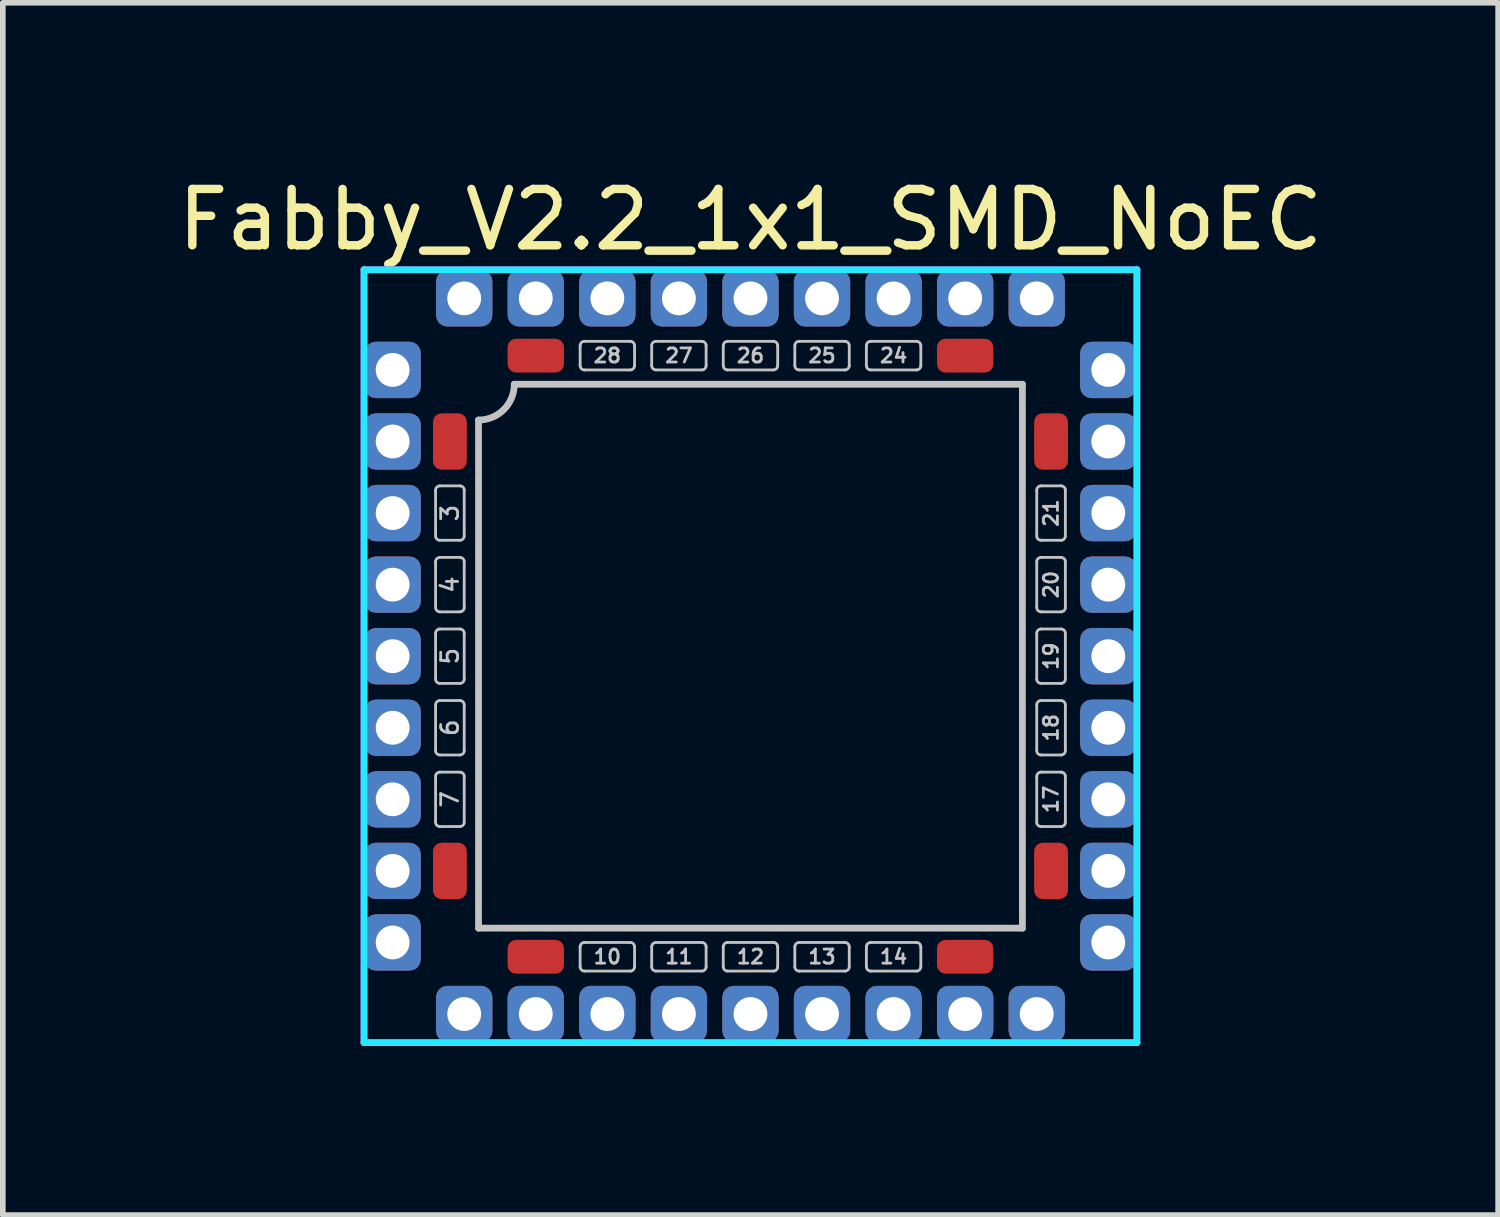
<source format=kicad_pcb>
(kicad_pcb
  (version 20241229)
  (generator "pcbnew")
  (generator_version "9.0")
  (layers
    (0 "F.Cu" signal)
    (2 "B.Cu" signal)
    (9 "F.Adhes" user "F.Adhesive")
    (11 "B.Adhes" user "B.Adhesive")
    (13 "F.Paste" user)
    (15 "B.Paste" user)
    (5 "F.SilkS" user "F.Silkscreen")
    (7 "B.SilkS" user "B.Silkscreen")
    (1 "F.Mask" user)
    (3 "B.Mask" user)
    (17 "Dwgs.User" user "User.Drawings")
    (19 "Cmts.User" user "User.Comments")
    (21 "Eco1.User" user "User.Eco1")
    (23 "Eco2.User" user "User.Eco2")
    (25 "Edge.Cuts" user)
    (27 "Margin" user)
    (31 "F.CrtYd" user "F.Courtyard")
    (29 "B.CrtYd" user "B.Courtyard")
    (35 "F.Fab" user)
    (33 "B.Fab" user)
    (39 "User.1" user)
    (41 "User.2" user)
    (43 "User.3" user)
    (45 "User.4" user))
  (footprint "Fabby_V2.2_1x1_SMD_NoEC"
    (layer "F.Cu")
    (at 10.268 8.595)
    (property "Reference" "Fabby_V2.2_1x1_SMD_NoEC" (at 0 -7.747 0) (layer "F.SilkS") (effects (font (size 1 1) (thickness 0.15))))
    (attr through_hole)
    (fp_line (start -5.588 -2.134) (end -5.588 -2.946) (stroke (width 0.05) (type solid)) (layer "Dwgs.User"))
    (fp_line (start -5.588 -0.864) (end -5.588 -1.676) (stroke (width 0.05) (type solid)) (layer "Dwgs.User"))
    (fp_line (start -5.588 0.406) (end -5.588 -0.406) (stroke (width 0.05) (type solid)) (layer "Dwgs.User"))
    (fp_line (start -5.588 1.676) (end -5.588 0.864) (stroke (width 0.05) (type solid)) (layer "Dwgs.User"))
    (fp_line (start -5.588 2.946) (end -5.588 2.134) (stroke (width 0.05) (type solid)) (layer "Dwgs.User"))
    (fp_line (start -5.512 -3.023) (end -5.156 -3.023) (stroke (width 0.05) (type solid)) (layer "Dwgs.User"))
    (fp_line (start -5.512 -2.057) (end -5.156 -2.057) (stroke (width 0.05) (type solid)) (layer "Dwgs.User"))
    (fp_line (start -5.512 -1.753) (end -5.156 -1.753) (stroke (width 0.05) (type solid)) (layer "Dwgs.User"))
    (fp_line (start -5.512 -0.787) (end -5.156 -0.787) (stroke (width 0.05) (type solid)) (layer "Dwgs.User"))
    (fp_line (start -5.512 -0.483) (end -5.156 -0.483) (stroke (width 0.05) (type solid)) (layer "Dwgs.User"))
    (fp_line (start -5.512 0.483) (end -5.156 0.483) (stroke (width 0.05) (type solid)) (layer "Dwgs.User"))
    (fp_line (start -5.512 0.787) (end -5.156 0.787) (stroke (width 0.05) (type solid)) (layer "Dwgs.User"))
    (fp_line (start -5.512 1.753) (end -5.156 1.753) (stroke (width 0.05) (type solid)) (layer "Dwgs.User"))
    (fp_line (start -5.512 2.057) (end -5.156 2.057) (stroke (width 0.05) (type solid)) (layer "Dwgs.User"))
    (fp_line (start -5.512 3.023) (end -5.156 3.023) (stroke (width 0.05) (type solid)) (layer "Dwgs.User"))
    (fp_line (start -5.08 -2.134) (end -5.08 -2.946) (stroke (width 0.05) (type solid)) (layer "Dwgs.User"))
    (fp_line (start -5.08 -0.864) (end -5.08 -1.676) (stroke (width 0.05) (type solid)) (layer "Dwgs.User"))
    (fp_line (start -5.08 0.406) (end -5.08 -0.406) (stroke (width 0.05) (type solid)) (layer "Dwgs.User"))
    (fp_line (start -5.08 1.676) (end -5.08 0.864) (stroke (width 0.05) (type solid)) (layer "Dwgs.User"))
    (fp_line (start -5.08 2.946) (end -5.08 2.134) (stroke (width 0.05) (type solid)) (layer "Dwgs.User"))
    (fp_line (start -4.826 4.826) (end -4.826 -4.191) (stroke (width 0.12) (type solid)) (layer "Dwgs.User"))
    (fp_line (start -4.191 -4.826) (end 4.826 -4.826) (stroke (width 0.12) (type solid)) (layer "Dwgs.User"))
    (fp_line (start -3.023 -5.156) (end -3.023 -5.512) (stroke (width 0.05) (type solid)) (layer "Dwgs.User"))
    (fp_line (start -3.023 5.512) (end -3.023 5.156) (stroke (width 0.05) (type solid)) (layer "Dwgs.User"))
    (fp_line (start -2.134 -5.588) (end -2.946 -5.588) (stroke (width 0.05) (type solid)) (layer "Dwgs.User"))
    (fp_line (start -2.134 -5.08) (end -2.946 -5.08) (stroke (width 0.05) (type solid)) (layer "Dwgs.User"))
    (fp_line (start -2.134 5.08) (end -2.946 5.08) (stroke (width 0.05) (type solid)) (layer "Dwgs.User"))
    (fp_line (start -2.134 5.588) (end -2.946 5.588) (stroke (width 0.05) (type solid)) (layer "Dwgs.User"))
    (fp_line (start -2.057 -5.156) (end -2.057 -5.512) (stroke (width 0.05) (type solid)) (layer "Dwgs.User"))
    (fp_line (start -2.057 5.512) (end -2.057 5.156) (stroke (width 0.05) (type solid)) (layer "Dwgs.User"))
    (fp_line (start -1.753 -5.156) (end -1.753 -5.512) (stroke (width 0.05) (type solid)) (layer "Dwgs.User"))
    (fp_line (start -1.753 5.512) (end -1.753 5.156) (stroke (width 0.05) (type solid)) (layer "Dwgs.User"))
    (fp_line (start -0.864 -5.588) (end -1.676 -5.588) (stroke (width 0.05) (type solid)) (layer "Dwgs.User"))
    (fp_line (start -0.864 -5.08) (end -1.676 -5.08) (stroke (width 0.05) (type solid)) (layer "Dwgs.User"))
    (fp_line (start -0.864 5.08) (end -1.676 5.08) (stroke (width 0.05) (type solid)) (layer "Dwgs.User"))
    (fp_line (start -0.864 5.588) (end -1.676 5.588) (stroke (width 0.05) (type solid)) (layer "Dwgs.User"))
    (fp_line (start -0.787 -5.156) (end -0.787 -5.512) (stroke (width 0.05) (type solid)) (layer "Dwgs.User"))
    (fp_line (start -0.787 5.512) (end -0.787 5.156) (stroke (width 0.05) (type solid)) (layer "Dwgs.User"))
    (fp_line (start -0.483 -5.156) (end -0.483 -5.512) (stroke (width 0.05) (type solid)) (layer "Dwgs.User"))
    (fp_line (start -0.483 5.512) (end -0.483 5.156) (stroke (width 0.05) (type solid)) (layer "Dwgs.User"))
    (fp_line (start 0.406 -5.588) (end -0.406 -5.588) (stroke (width 0.05) (type solid)) (layer "Dwgs.User"))
    (fp_line (start 0.406 -5.08) (end -0.406 -5.08) (stroke (width 0.05) (type solid)) (layer "Dwgs.User"))
    (fp_line (start 0.406 5.08) (end -0.406 5.08) (stroke (width 0.05) (type solid)) (layer "Dwgs.User"))
    (fp_line (start 0.406 5.588) (end -0.406 5.588) (stroke (width 0.05) (type solid)) (layer "Dwgs.User"))
    (fp_line (start 0.483 -5.156) (end 0.483 -5.512) (stroke (width 0.05) (type solid)) (layer "Dwgs.User"))
    (fp_line (start 0.483 5.512) (end 0.483 5.156) (stroke (width 0.05) (type solid)) (layer "Dwgs.User"))
    (fp_line (start 0.787 -5.156) (end 0.787 -5.512) (stroke (width 0.05) (type solid)) (layer "Dwgs.User"))
    (fp_line (start 0.787 5.512) (end 0.787 5.156) (stroke (width 0.05) (type solid)) (layer "Dwgs.User"))
    (fp_line (start 1.676 -5.588) (end 0.864 -5.588) (stroke (width 0.05) (type solid)) (layer "Dwgs.User"))
    (fp_line (start 1.676 -5.08) (end 0.864 -5.08) (stroke (width 0.05) (type solid)) (layer "Dwgs.User"))
    (fp_line (start 1.676 5.08) (end 0.864 5.08) (stroke (width 0.05) (type solid)) (layer "Dwgs.User"))
    (fp_line (start 1.676 5.588) (end 0.864 5.588) (stroke (width 0.05) (type solid)) (layer "Dwgs.User"))
    (fp_line (start 1.753 -5.156) (end 1.753 -5.512) (stroke (width 0.05) (type solid)) (layer "Dwgs.User"))
    (fp_line (start 1.753 5.512) (end 1.753 5.156) (stroke (width 0.05) (type solid)) (layer "Dwgs.User"))
    (fp_line (start 2.057 -5.156) (end 2.057 -5.512) (stroke (width 0.05) (type solid)) (layer "Dwgs.User"))
    (fp_line (start 2.057 5.512) (end 2.057 5.156) (stroke (width 0.05) (type solid)) (layer "Dwgs.User"))
    (fp_line (start 2.946 -5.588) (end 2.134 -5.588) (stroke (width 0.05) (type solid)) (layer "Dwgs.User"))
    (fp_line (start 2.946 -5.08) (end 2.134 -5.08) (stroke (width 0.05) (type solid)) (layer "Dwgs.User"))
    (fp_line (start 2.946 5.08) (end 2.134 5.08) (stroke (width 0.05) (type solid)) (layer "Dwgs.User"))
    (fp_line (start 2.946 5.588) (end 2.134 5.588) (stroke (width 0.05) (type solid)) (layer "Dwgs.User"))
    (fp_line (start 3.023 -5.156) (end 3.023 -5.512) (stroke (width 0.05) (type solid)) (layer "Dwgs.User"))
    (fp_line (start 3.023 5.512) (end 3.023 5.156) (stroke (width 0.05) (type solid)) (layer "Dwgs.User"))
    (fp_line (start 4.826 -4.826) (end 4.826 4.826) (stroke (width 0.12) (type solid)) (layer "Dwgs.User"))
    (fp_line (start 4.826 4.826) (end -4.826 4.826) (stroke (width 0.12) (type solid)) (layer "Dwgs.User"))
    (fp_line (start 5.08 -2.134) (end 5.08 -2.946) (stroke (width 0.05) (type solid)) (layer "Dwgs.User"))
    (fp_line (start 5.08 -0.864) (end 5.08 -1.676) (stroke (width 0.05) (type solid)) (layer "Dwgs.User"))
    (fp_line (start 5.08 0.406) (end 5.08 -0.406) (stroke (width 0.05) (type solid)) (layer "Dwgs.User"))
    (fp_line (start 5.08 1.676) (end 5.08 0.864) (stroke (width 0.05) (type solid)) (layer "Dwgs.User"))
    (fp_line (start 5.08 2.946) (end 5.08 2.134) (stroke (width 0.05) (type solid)) (layer "Dwgs.User"))
    (fp_line (start 5.156 -3.023) (end 5.512 -3.023) (stroke (width 0.05) (type solid)) (layer "Dwgs.User"))
    (fp_line (start 5.156 -2.057) (end 5.512 -2.057) (stroke (width 0.05) (type solid)) (layer "Dwgs.User"))
    (fp_line (start 5.156 -1.753) (end 5.512 -1.753) (stroke (width 0.05) (type solid)) (layer "Dwgs.User"))
    (fp_line (start 5.156 -0.787) (end 5.512 -0.787) (stroke (width 0.05) (type solid)) (layer "Dwgs.User"))
    (fp_line (start 5.156 -0.483) (end 5.512 -0.483) (stroke (width 0.05) (type solid)) (layer "Dwgs.User"))
    (fp_line (start 5.156 0.483) (end 5.512 0.483) (stroke (width 0.05) (type solid)) (layer "Dwgs.User"))
    (fp_line (start 5.156 0.787) (end 5.512 0.787) (stroke (width 0.05) (type solid)) (layer "Dwgs.User"))
    (fp_line (start 5.156 1.753) (end 5.512 1.753) (stroke (width 0.05) (type solid)) (layer "Dwgs.User"))
    (fp_line (start 5.156 2.057) (end 5.512 2.057) (stroke (width 0.05) (type solid)) (layer "Dwgs.User"))
    (fp_line (start 5.156 3.023) (end 5.512 3.023) (stroke (width 0.05) (type solid)) (layer "Dwgs.User"))
    (fp_line (start 5.588 -2.134) (end 5.588 -2.946) (stroke (width 0.05) (type solid)) (layer "Dwgs.User"))
    (fp_line (start 5.588 -0.864) (end 5.588 -1.676) (stroke (width 0.05) (type solid)) (layer "Dwgs.User"))
    (fp_line (start 5.588 0.406) (end 5.588 -0.406) (stroke (width 0.05) (type solid)) (layer "Dwgs.User"))
    (fp_line (start 5.588 1.676) (end 5.588 0.864) (stroke (width 0.05) (type solid)) (layer "Dwgs.User"))
    (fp_line (start 5.588 2.946) (end 5.588 2.134) (stroke (width 0.05) (type solid)) (layer "Dwgs.User"))
    (fp_arc (start -5.588 -2.9464) (mid -5.565682 -3.000282) (end -5.5118 -3.0226) (stroke (width 0.05) (type solid)) (layer "Dwgs.User"))
    (fp_arc (start -5.588 -1.6764) (mid -5.565682 -1.730282) (end -5.5118 -1.7526) (stroke (width 0.05) (type solid)) (layer "Dwgs.User"))
    (fp_arc (start -5.588 -0.4064) (mid -5.565682 -0.460282) (end -5.5118 -0.4826) (stroke (width 0.05) (type solid)) (layer "Dwgs.User"))
    (fp_arc (start -5.588 0.8636) (mid -5.565682 0.809718) (end -5.5118 0.7874) (stroke (width 0.05) (type solid)) (layer "Dwgs.User"))
    (fp_arc (start -5.588 2.1336) (mid -5.565682 2.079718) (end -5.5118 2.0574) (stroke (width 0.05) (type solid)) (layer "Dwgs.User"))
    (fp_arc (start -5.5118 -2.0574) (mid -5.565682 -2.079718) (end -5.588 -2.1336) (stroke (width 0.05) (type solid)) (layer "Dwgs.User"))
    (fp_arc (start -5.5118 -0.7874) (mid -5.565682 -0.809718) (end -5.588 -0.8636) (stroke (width 0.05) (type solid)) (layer "Dwgs.User"))
    (fp_arc (start -5.5118 0.4826) (mid -5.565682 0.460282) (end -5.588 0.4064) (stroke (width 0.05) (type solid)) (layer "Dwgs.User"))
    (fp_arc (start -5.5118 1.7526) (mid -5.565682 1.730282) (end -5.588 1.6764) (stroke (width 0.05) (type solid)) (layer "Dwgs.User"))
    (fp_arc (start -5.5118 3.0226) (mid -5.565682 3.000282) (end -5.588 2.9464) (stroke (width 0.05) (type solid)) (layer "Dwgs.User"))
    (fp_arc (start -5.1562 -3.0226) (mid -5.102318 -3.000282) (end -5.08 -2.9464) (stroke (width 0.05) (type solid)) (layer "Dwgs.User"))
    (fp_arc (start -5.1562 -1.7526) (mid -5.102318 -1.730282) (end -5.08 -1.6764) (stroke (width 0.05) (type solid)) (layer "Dwgs.User"))
    (fp_arc (start -5.1562 -0.4826) (mid -5.102318 -0.460282) (end -5.08 -0.4064) (stroke (width 0.05) (type solid)) (layer "Dwgs.User"))
    (fp_arc (start -5.1562 0.7874) (mid -5.102318 0.809718) (end -5.08 0.8636) (stroke (width 0.05) (type solid)) (layer "Dwgs.User"))
    (fp_arc (start -5.1562 2.0574) (mid -5.102318 2.079718) (end -5.08 2.1336) (stroke (width 0.05) (type solid)) (layer "Dwgs.User"))
    (fp_arc (start -5.08 -2.1336) (mid -5.102318 -2.079718) (end -5.1562 -2.0574) (stroke (width 0.05) (type solid)) (layer "Dwgs.User"))
    (fp_arc (start -5.08 -0.8636) (mid -5.102318 -0.809718) (end -5.1562 -0.7874) (stroke (width 0.05) (type solid)) (layer "Dwgs.User"))
    (fp_arc (start -5.08 0.4064) (mid -5.102318 0.460282) (end -5.1562 0.4826) (stroke (width 0.05) (type solid)) (layer "Dwgs.User"))
    (fp_arc (start -5.08 1.6764) (mid -5.102318 1.730282) (end -5.1562 1.7526) (stroke (width 0.05) (type solid)) (layer "Dwgs.User"))
    (fp_arc (start -5.08 2.9464) (mid -5.102318 3.000282) (end -5.1562 3.0226) (stroke (width 0.05) (type solid)) (layer "Dwgs.User"))
    (fp_arc (start -4.191 -4.826) (mid -4.376987 -4.376987) (end -4.826 -4.191) (stroke (width 0.12) (type solid)) (layer "Dwgs.User"))
    (fp_arc (start -3.0226 -5.5118) (mid -3.000282 -5.565682) (end -2.9464 -5.588) (stroke (width 0.05) (type solid)) (layer "Dwgs.User"))
    (fp_arc (start -3.0226 5.1562) (mid -3.000282 5.102318) (end -2.9464 5.08) (stroke (width 0.05) (type solid)) (layer "Dwgs.User"))
    (fp_arc (start -2.9464 -5.08) (mid -3.000282 -5.102318) (end -3.0226 -5.1562) (stroke (width 0.05) (type solid)) (layer "Dwgs.User"))
    (fp_arc (start -2.9464 5.588) (mid -3.000282 5.565682) (end -3.0226 5.5118) (stroke (width 0.05) (type solid)) (layer "Dwgs.User"))
    (fp_arc (start -2.1336 -5.588) (mid -2.079718 -5.565682) (end -2.0574 -5.5118) (stroke (width 0.05) (type solid)) (layer "Dwgs.User"))
    (fp_arc (start -2.1336 5.08) (mid -2.079718 5.102318) (end -2.0574 5.1562) (stroke (width 0.05) (type solid)) (layer "Dwgs.User"))
    (fp_arc (start -2.0574 -5.1562) (mid -2.079718 -5.102318) (end -2.1336 -5.08) (stroke (width 0.05) (type solid)) (layer "Dwgs.User"))
    (fp_arc (start -2.0574 5.5118) (mid -2.079718 5.565682) (end -2.1336 5.588) (stroke (width 0.05) (type solid)) (layer "Dwgs.User"))
    (fp_arc (start -1.7526 -5.5118) (mid -1.730282 -5.565682) (end -1.6764 -5.588) (stroke (width 0.05) (type solid)) (layer "Dwgs.User"))
    (fp_arc (start -1.7526 5.1562) (mid -1.730282 5.102318) (end -1.6764 5.08) (stroke (width 0.05) (type solid)) (layer "Dwgs.User"))
    (fp_arc (start -1.6764 -5.08) (mid -1.730282 -5.102318) (end -1.7526 -5.1562) (stroke (width 0.05) (type solid)) (layer "Dwgs.User"))
    (fp_arc (start -1.6764 5.588) (mid -1.730282 5.565682) (end -1.7526 5.5118) (stroke (width 0.05) (type solid)) (layer "Dwgs.User"))
    (fp_arc (start -0.8636 -5.588) (mid -0.809718 -5.565682) (end -0.7874 -5.5118) (stroke (width 0.05) (type solid)) (layer "Dwgs.User"))
    (fp_arc (start -0.8636 5.08) (mid -0.809718 5.102318) (end -0.7874 5.1562) (stroke (width 0.05) (type solid)) (layer "Dwgs.User"))
    (fp_arc (start -0.7874 -5.1562) (mid -0.809718 -5.102318) (end -0.8636 -5.08) (stroke (width 0.05) (type solid)) (layer "Dwgs.User"))
    (fp_arc (start -0.7874 5.5118) (mid -0.809718 5.565682) (end -0.8636 5.588) (stroke (width 0.05) (type solid)) (layer "Dwgs.User"))
    (fp_arc (start -0.4826 -5.5118) (mid -0.460282 -5.565682) (end -0.4064 -5.588) (stroke (width 0.05) (type solid)) (layer "Dwgs.User"))
    (fp_arc (start -0.4826 5.1562) (mid -0.460282 5.102318) (end -0.4064 5.08) (stroke (width 0.05) (type solid)) (layer "Dwgs.User"))
    (fp_arc (start -0.4064 -5.08) (mid -0.460282 -5.102318) (end -0.4826 -5.1562) (stroke (width 0.05) (type solid)) (layer "Dwgs.User"))
    (fp_arc (start -0.4064 5.588) (mid -0.460282 5.565682) (end -0.4826 5.5118) (stroke (width 0.05) (type solid)) (layer "Dwgs.User"))
    (fp_arc (start 0.4064 -5.588) (mid 0.460282 -5.565682) (end 0.4826 -5.5118) (stroke (width 0.05) (type solid)) (layer "Dwgs.User"))
    (fp_arc (start 0.4064 5.08) (mid 0.460282 5.102318) (end 0.4826 5.1562) (stroke (width 0.05) (type solid)) (layer "Dwgs.User"))
    (fp_arc (start 0.4826 -5.1562) (mid 0.460282 -5.102318) (end 0.4064 -5.08) (stroke (width 0.05) (type solid)) (layer "Dwgs.User"))
    (fp_arc (start 0.4826 5.5118) (mid 0.460282 5.565682) (end 0.4064 5.588) (stroke (width 0.05) (type solid)) (layer "Dwgs.User"))
    (fp_arc (start 0.7874 -5.5118) (mid 0.809718 -5.565682) (end 0.8636 -5.588) (stroke (width 0.05) (type solid)) (layer "Dwgs.User"))
    (fp_arc (start 0.7874 5.1562) (mid 0.809718 5.102318) (end 0.8636 5.08) (stroke (width 0.05) (type solid)) (layer "Dwgs.User"))
    (fp_arc (start 0.8636 -5.08) (mid 0.809718 -5.102318) (end 0.7874 -5.1562) (stroke (width 0.05) (type solid)) (layer "Dwgs.User"))
    (fp_arc (start 0.8636 5.588) (mid 0.809718 5.565682) (end 0.7874 5.5118) (stroke (width 0.05) (type solid)) (layer "Dwgs.User"))
    (fp_arc (start 1.6764 -5.588) (mid 1.730282 -5.565682) (end 1.7526 -5.5118) (stroke (width 0.05) (type solid)) (layer "Dwgs.User"))
    (fp_arc (start 1.6764 5.08) (mid 1.730282 5.102318) (end 1.7526 5.1562) (stroke (width 0.05) (type solid)) (layer "Dwgs.User"))
    (fp_arc (start 1.7526 -5.1562) (mid 1.730282 -5.102318) (end 1.6764 -5.08) (stroke (width 0.05) (type solid)) (layer "Dwgs.User"))
    (fp_arc (start 1.7526 5.5118) (mid 1.730282 5.565682) (end 1.6764 5.588) (stroke (width 0.05) (type solid)) (layer "Dwgs.User"))
    (fp_arc (start 2.0574 -5.5118) (mid 2.079718 -5.565682) (end 2.1336 -5.588) (stroke (width 0.05) (type solid)) (layer "Dwgs.User"))
    (fp_arc (start 2.0574 5.1562) (mid 2.079718 5.102318) (end 2.1336 5.08) (stroke (width 0.05) (type solid)) (layer "Dwgs.User"))
    (fp_arc (start 2.1336 -5.08) (mid 2.079718 -5.102318) (end 2.0574 -5.1562) (stroke (width 0.05) (type solid)) (layer "Dwgs.User"))
    (fp_arc (start 2.1336 5.588) (mid 2.079718 5.565682) (end 2.0574 5.5118) (stroke (width 0.05) (type solid)) (layer "Dwgs.User"))
    (fp_arc (start 2.9464 -5.588) (mid 3.000282 -5.565682) (end 3.0226 -5.5118) (stroke (width 0.05) (type solid)) (layer "Dwgs.User"))
    (fp_arc (start 2.9464 5.08) (mid 3.000282 5.102318) (end 3.0226 5.1562) (stroke (width 0.05) (type solid)) (layer "Dwgs.User"))
    (fp_arc (start 3.0226 -5.1562) (mid 3.000282 -5.102318) (end 2.9464 -5.08) (stroke (width 0.05) (type solid)) (layer "Dwgs.User"))
    (fp_arc (start 3.0226 5.5118) (mid 3.000282 5.565682) (end 2.9464 5.588) (stroke (width 0.05) (type solid)) (layer "Dwgs.User"))
    (fp_arc (start 5.08 -2.9464) (mid 5.102318 -3.000282) (end 5.1562 -3.0226) (stroke (width 0.05) (type solid)) (layer "Dwgs.User"))
    (fp_arc (start 5.08 -1.6764) (mid 5.102318 -1.730282) (end 5.1562 -1.7526) (stroke (width 0.05) (type solid)) (layer "Dwgs.User"))
    (fp_arc (start 5.08 -0.4064) (mid 5.102318 -0.460282) (end 5.1562 -0.4826) (stroke (width 0.05) (type solid)) (layer "Dwgs.User"))
    (fp_arc (start 5.08 0.8636) (mid 5.102318 0.809718) (end 5.1562 0.7874) (stroke (width 0.05) (type solid)) (layer "Dwgs.User"))
    (fp_arc (start 5.08 2.1336) (mid 5.102318 2.079718) (end 5.1562 2.0574) (stroke (width 0.05) (type solid)) (layer "Dwgs.User"))
    (fp_arc (start 5.1562 -2.0574) (mid 5.102318 -2.079718) (end 5.08 -2.1336) (stroke (width 0.05) (type solid)) (layer "Dwgs.User"))
    (fp_arc (start 5.1562 -0.7874) (mid 5.102318 -0.809718) (end 5.08 -0.8636) (stroke (width 0.05) (type solid)) (layer "Dwgs.User"))
    (fp_arc (start 5.1562 0.4826) (mid 5.102318 0.460282) (end 5.08 0.4064) (stroke (width 0.05) (type solid)) (layer "Dwgs.User"))
    (fp_arc (start 5.1562 1.7526) (mid 5.102318 1.730282) (end 5.08 1.6764) (stroke (width 0.05) (type solid)) (layer "Dwgs.User"))
    (fp_arc (start 5.1562 3.0226) (mid 5.102318 3.000282) (end 5.08 2.9464) (stroke (width 0.05) (type solid)) (layer "Dwgs.User"))
    (fp_arc (start 5.5118 -3.0226) (mid 5.565682 -3.000282) (end 5.588 -2.9464) (stroke (width 0.05) (type solid)) (layer "Dwgs.User"))
    (fp_arc (start 5.5118 -1.7526) (mid 5.565682 -1.730282) (end 5.588 -1.6764) (stroke (width 0.05) (type solid)) (layer "Dwgs.User"))
    (fp_arc (start 5.5118 -0.4826) (mid 5.565682 -0.460282) (end 5.588 -0.4064) (stroke (width 0.05) (type solid)) (layer "Dwgs.User"))
    (fp_arc (start 5.5118 0.7874) (mid 5.565682 0.809718) (end 5.588 0.8636) (stroke (width 0.05) (type solid)) (layer "Dwgs.User"))
    (fp_arc (start 5.5118 2.0574) (mid 5.565682 2.079718) (end 5.588 2.1336) (stroke (width 0.05) (type solid)) (layer "Dwgs.User"))
    (fp_arc (start 5.588 -2.1336) (mid 5.565682 -2.079718) (end 5.5118 -2.0574) (stroke (width 0.05) (type solid)) (layer "Dwgs.User"))
    (fp_arc (start 5.588 -0.8636) (mid 5.565682 -0.809718) (end 5.5118 -0.7874) (stroke (width 0.05) (type solid)) (layer "Dwgs.User"))
    (fp_arc (start 5.588 0.4064) (mid 5.565682 0.460282) (end 5.5118 0.4826) (stroke (width 0.05) (type solid)) (layer "Dwgs.User"))
    (fp_arc (start 5.588 1.6764) (mid 5.565682 1.730282) (end 5.5118 1.7526) (stroke (width 0.05) (type solid)) (layer "Dwgs.User"))
    (fp_arc (start 5.588 2.9464) (mid 5.565682 3.000282) (end 5.5118 3.0226) (stroke (width 0.05) (type solid)) (layer "Dwgs.User"))
    (fp_line (start -6.858 -6.858) (end 6.858 -6.858) (stroke (width 0.12) (type solid)) (layer "B.CrtYd"))
    (fp_line (start -6.858 6.858) (end -6.858 -6.858) (stroke (width 0.12) (type solid)) (layer "B.CrtYd"))
    (fp_line (start 6.858 -6.858) (end 6.858 6.858) (stroke (width 0.12) (type solid)) (layer "B.CrtYd"))
    (fp_line (start 6.858 6.858) (end -6.858 6.858) (stroke (width 0.12) (type solid)) (layer "B.CrtYd"))
    (fp_line (start -6.858 -6.858) (end 6.858 -6.858) (stroke (width 0.12) (type solid)) (layer "F.CrtYd"))
    (fp_line (start -6.858 6.858) (end -6.858 -6.858) (stroke (width 0.12) (type solid)) (layer "F.CrtYd"))
    (fp_line (start 6.858 -6.858) (end 6.858 6.858) (stroke (width 0.12) (type solid)) (layer "F.CrtYd"))
    (fp_line (start 6.858 6.858) (end -6.858 6.858) (stroke (width 0.12) (type solid)) (layer "F.CrtYd"))
    (fp_text user "24" (at 2.54 -5.334 0) (layer "Dwgs.User") (effects (font (size 0.25 0.25) (thickness 0.05))))
    (fp_text user "20" (at 5.334 -1.27 270) (layer "Dwgs.User") (effects (font (size 0.25 0.25) (thickness 0.05))))
    (fp_text user "3" (at -5.334 -2.54 90) (layer "Dwgs.User") (effects (font (size 0.3 0.3) (thickness 0.05))))
    (fp_text user "28" (at -2.54 -5.334 0) (layer "Dwgs.User") (effects (font (size 0.25 0.25) (thickness 0.05))))
    (fp_text user "25" (at 1.27 -5.334 0) (layer "Dwgs.User") (effects (font (size 0.25 0.25) (thickness 0.05))))
    (fp_text user "17" (at 5.334 2.54 270) (layer "Dwgs.User") (effects (font (size 0.25 0.25) (thickness 0.05))))
    (fp_text user "11" (at -1.27 5.334 0) (layer "Dwgs.User") (effects (font (size 0.25 0.25) (thickness 0.05))))
    (fp_text user "10" (at -2.54 5.334 0) (layer "Dwgs.User") (effects (font (size 0.25 0.25) (thickness 0.05))))
    (fp_text user "14" (at 2.54 5.334 0) (layer "Dwgs.User") (effects (font (size 0.25 0.25) (thickness 0.05))))
    (fp_text user "19" (at 5.334 0 270) (layer "Dwgs.User") (effects (font (size 0.25 0.25) (thickness 0.05))))
    (fp_text user "4" (at -5.334 -1.27 90) (layer "Dwgs.User") (effects (font (size 0.3 0.3) (thickness 0.05))))
    (fp_text user "26" (at 0 -5.334 0) (layer "Dwgs.User") (effects (font (size 0.25 0.25) (thickness 0.05))))
    (fp_text user "6" (at -5.334 1.27 90) (layer "Dwgs.User") (effects (font (size 0.3 0.3) (thickness 0.05))))
    (fp_text user "21" (at 5.334 -2.54 270) (layer "Dwgs.User") (effects (font (size 0.25 0.25) (thickness 0.05))))
    (fp_text user "12" (at 0 5.334 0) (layer "Dwgs.User") (effects (font (size 0.25 0.25) (thickness 0.05))))
    (fp_text user "27" (at -1.27 -5.334 0) (layer "Dwgs.User") (effects (font (size 0.25 0.25) (thickness 0.05))))
    (fp_text user "18" (at 5.334 1.27 270) (layer "Dwgs.User") (effects (font (size 0.25 0.25) (thickness 0.05))))
    (fp_text user "7" (at -5.334 2.54 90) (layer "Dwgs.User") (effects (font (size 0.3 0.3) (thickness 0.05))))
    (fp_text user "5" (at -5.334 0 90) (layer "Dwgs.User") (effects (font (size 0.3 0.3) (thickness 0.05))))
    (fp_text user "13" (at 1.27 5.334 0) (layer "Dwgs.User") (effects (font (size 0.25 0.25) (thickness 0.05))))
    (pad "" thru_hole roundrect (at -6.35 -3.81 270) (size 1 1) (drill 0.6) (layers "*.Cu" "*.Mask") (roundrect_rratio 0.2))
    (pad "" thru_hole roundrect (at -6.35 3.81 270) (size 1 1) (drill 0.6) (layers "*.Cu" "*.Mask") (roundrect_rratio 0.2))
    (pad "" thru_hole roundrect (at -3.81 -6.35 270) (size 1 1) (drill 0.6) (layers "*.Cu" "*.Mask") (roundrect_rratio 0.2))
    (pad "" thru_hole roundrect (at -3.81 6.35 270) (size 1 1) (drill 0.6) (layers "*.Cu" "*.Mask") (roundrect_rratio 0.2))
    (pad "" thru_hole roundrect (at 3.81 -6.35 270) (size 1 1) (drill 0.6) (layers "*.Cu" "*.Mask") (roundrect_rratio 0.2))
    (pad "" thru_hole roundrect (at 3.81 6.35 270) (size 1 1) (drill 0.6) (layers "*.Cu" "*.Mask") (roundrect_rratio 0.2))
    (pad "" thru_hole roundrect (at 6.35 -3.81 270) (size 1 1) (drill 0.6) (layers "*.Cu" "*.Mask") (roundrect_rratio 0.2))
    (pad "" thru_hole roundrect (at 6.35 3.81 270) (size 1 1) (drill 0.6) (layers "*.Cu" "*.Mask") (roundrect_rratio 0.2))
    (pad "1" thru_hole roundrect (at -6.35 -5.08 270) (size 1 1) (drill 0.6) (layers "*.Cu" "*.Mask") (roundrect_rratio 0.2))
    (pad "1" thru_hole roundrect (at -6.35 5.08 270) (size 1 1) (drill 0.6) (layers "*.Cu" "*.Mask") (roundrect_rratio 0.2))
    (pad "1" thru_hole roundrect (at -5.08 -6.35 270) (size 1 1) (drill 0.6) (layers "*.Cu" "*.Mask") (roundrect_rratio 0.2))
    (pad "1" thru_hole roundrect (at -5.08 6.35 270) (size 1 1) (drill 0.6) (layers "*.Cu" "*.Mask") (roundrect_rratio 0.2))
    (pad "1" thru_hole roundrect (at 5.08 -6.35 270) (size 1 1) (drill 0.6) (layers "*.Cu" "*.Mask") (roundrect_rratio 0.2))
    (pad "1" thru_hole roundrect (at 5.08 6.35 270) (size 1 1) (drill 0.6) (layers "*.Cu" "*.Mask") (roundrect_rratio 0.2))
    (pad "1" thru_hole roundrect (at 6.35 -5.08 270) (size 1 1) (drill 0.6) (layers "*.Cu" "*.Mask") (roundrect_rratio 0.2))
    (pad "1" thru_hole roundrect (at 6.35 5.08 270) (size 1 1) (drill 0.6) (layers "*.Cu" "*.Mask") (roundrect_rratio 0.2))
    (pad "2" smd roundrect (at -5.334 -3.81) (size 0.6 1) (layers "F.Cu" "F.Mask" "F.Paste") (roundrect_rratio 0.25))
    (pad "3" thru_hole roundrect (at -6.35 -2.54 270) (size 1 1) (drill 0.6) (layers "*.Cu" "*.Mask") (roundrect_rratio 0.2))
    (pad "4" thru_hole roundrect (at -6.35 -1.27 270) (size 1 1) (drill 0.6) (layers "*.Cu" "*.Mask") (roundrect_rratio 0.2))
    (pad "5" thru_hole roundrect (at -6.35 0 270) (size 1 1) (drill 0.6) (layers "*.Cu" "*.Mask") (roundrect_rratio 0.2))
    (pad "6" thru_hole roundrect (at -6.35 1.27 270) (size 1 1) (drill 0.6) (layers "*.Cu" "*.Mask") (roundrect_rratio 0.2))
    (pad "7" thru_hole roundrect (at -6.35 2.54 270) (size 1 1) (drill 0.6) (layers "*.Cu" "*.Mask") (roundrect_rratio 0.2))
    (pad "8" smd roundrect (at -5.334 3.81) (size 0.6 1) (layers "F.Cu" "F.Mask" "F.Paste") (roundrect_rratio 0.25))
    (pad "9" smd roundrect (at -3.81 5.334 90) (size 0.6 1) (layers "F.Cu" "F.Mask" "F.Paste") (roundrect_rratio 0.25))
    (pad "10" thru_hole roundrect (at -2.54 6.35 270) (size 1 1) (drill 0.6) (layers "*.Cu" "*.Mask") (roundrect_rratio 0.2))
    (pad "11" thru_hole roundrect (at -1.27 6.35 270) (size 1 1) (drill 0.6) (layers "*.Cu" "*.Mask") (roundrect_rratio 0.2))
    (pad "12" thru_hole roundrect (at 0 6.35 270) (size 1 1) (drill 0.6) (layers "*.Cu" "*.Mask") (roundrect_rratio 0.2))
    (pad "13" thru_hole roundrect (at 1.27 6.35 270) (size 1 1) (drill 0.6) (layers "*.Cu" "*.Mask") (roundrect_rratio 0.2))
    (pad "14" thru_hole roundrect (at 2.54 6.35 270) (size 1 1) (drill 0.6) (layers "*.Cu" "*.Mask") (roundrect_rratio 0.2))
    (pad "15" smd roundrect (at 3.81 5.334 90) (size 0.6 1) (layers "F.Cu" "F.Mask" "F.Paste") (roundrect_rratio 0.25))
    (pad "16" smd roundrect (at 5.334 3.81 180) (size 0.6 1) (layers "F.Cu" "F.Mask" "F.Paste") (roundrect_rratio 0.25))
    (pad "17" thru_hole roundrect (at 6.35 2.54 270) (size 1 1) (drill 0.6) (layers "*.Cu" "*.Mask") (roundrect_rratio 0.2))
    (pad "18" thru_hole roundrect (at 6.35 1.27 270) (size 1 1) (drill 0.6) (layers "*.Cu" "*.Mask") (roundrect_rratio 0.2))
    (pad "19" thru_hole roundrect (at 6.35 0 270) (size 1 1) (drill 0.6) (layers "*.Cu" "*.Mask") (roundrect_rratio 0.2))
    (pad "20" thru_hole roundrect (at 6.35 -1.27 270) (size 1 1) (drill 0.6) (layers "*.Cu" "*.Mask") (roundrect_rratio 0.2))
    (pad "21" thru_hole roundrect (at 6.35 -2.54 270) (size 1 1) (drill 0.6) (layers "*.Cu" "*.Mask") (roundrect_rratio 0.2))
    (pad "22" smd roundrect (at 5.334 -3.81 180) (size 0.6 1) (layers "F.Cu" "F.Mask" "F.Paste") (roundrect_rratio 0.25))
    (pad "23" smd roundrect (at 3.81 -5.334 270) (size 0.6 1) (layers "F.Cu" "F.Mask" "F.Paste") (roundrect_rratio 0.25))
    (pad "24" thru_hole roundrect (at 2.54 -6.35 270) (size 1 1) (drill 0.6) (layers "*.Cu" "*.Mask") (roundrect_rratio 0.2))
    (pad "25" thru_hole roundrect (at 1.27 -6.35 270) (size 1 1) (drill 0.6) (layers "*.Cu" "*.Mask") (roundrect_rratio 0.2))
    (pad "26" thru_hole roundrect (at 0 -6.35 270) (size 1 1) (drill 0.6) (layers "*.Cu" "*.Mask") (roundrect_rratio 0.2))
    (pad "27" thru_hole roundrect (at -1.27 -6.35 270) (size 1 1) (drill 0.6) (layers "*.Cu" "*.Mask") (roundrect_rratio 0.2))
    (pad "28" thru_hole roundrect (at -2.54 -6.35 270) (size 1 1) (drill 0.6) (layers "*.Cu" "*.Mask") (roundrect_rratio 0.2))
    (pad "29" smd roundrect (at -3.81 -5.334 270) (size 0.6 1) (layers "F.Cu" "F.Mask" "F.Paste") (roundrect_rratio 0.25)))
  (gr_rect
    (start -3 -3)
    (end 23.536 18.513)
    (stroke (width 0.1) (type default))
    (fill no)
    (layer "Edge.Cuts")))
</source>
